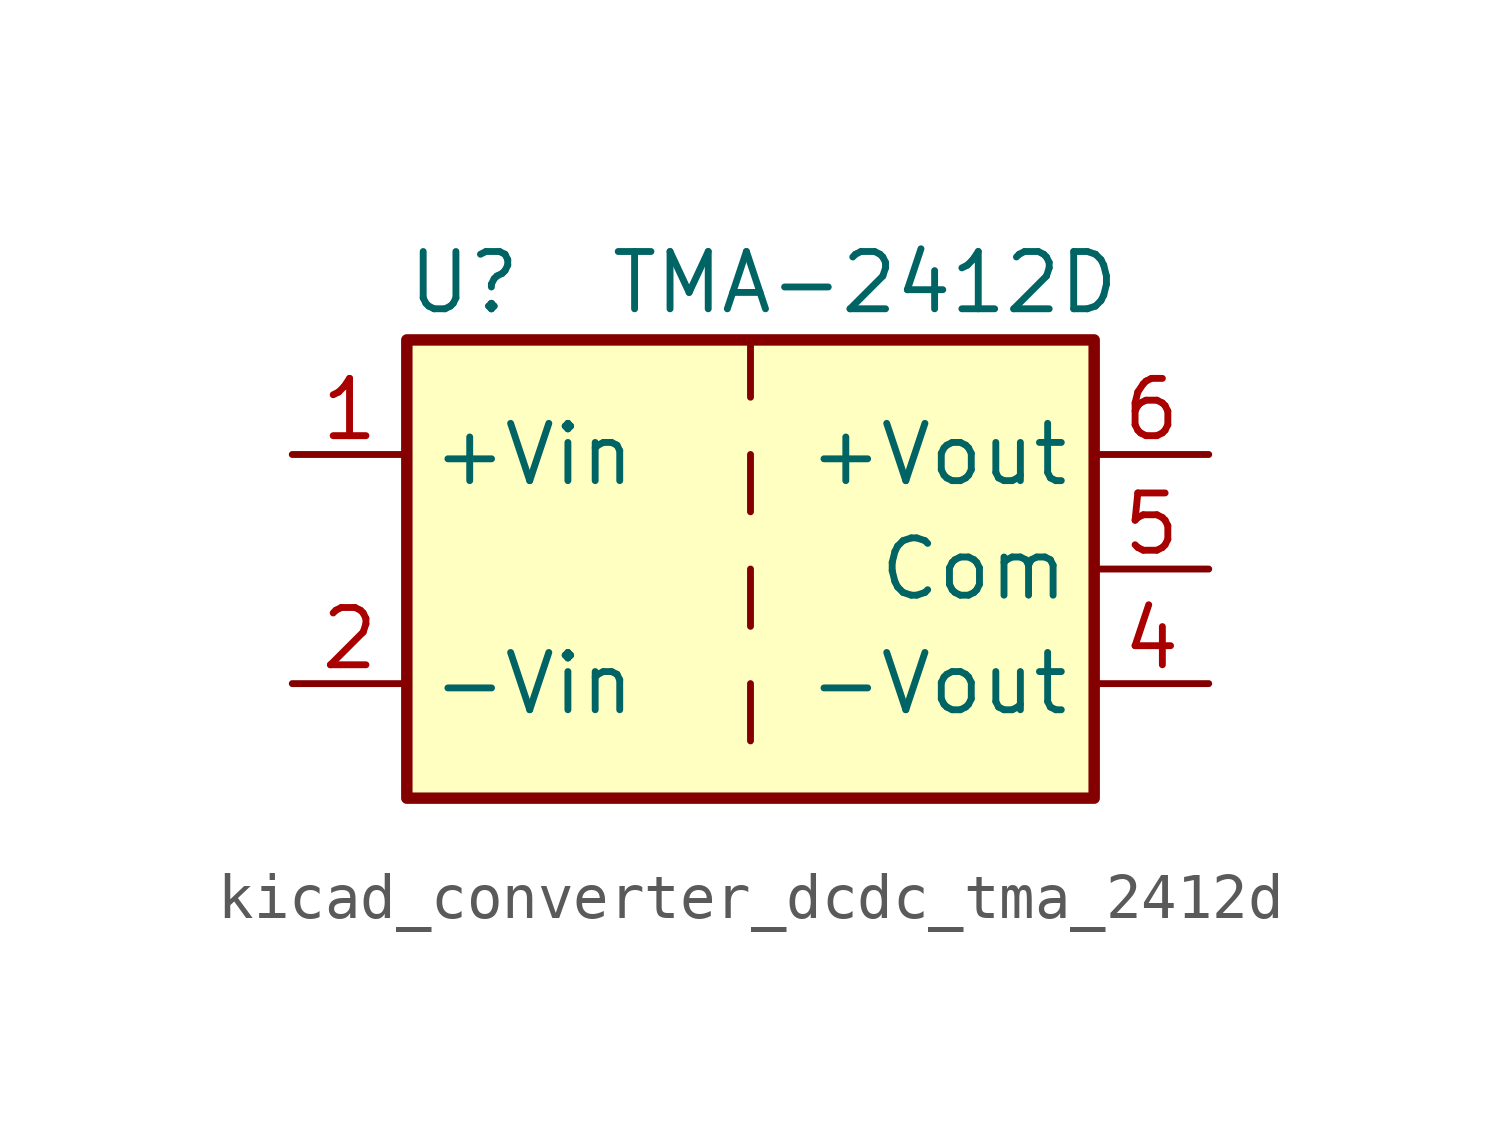
<source format=kicad_sym>
(kicad_symbol_lib
  (version 20220914)
  (generator kicad_symbol_editor)
  (symbol "kicad_converter_dcdc_tma_2412d"
    (property "Reference" "U"
      (at -6.35 6.35 0)
      (effects (font (size 1.27 1.27))))
    (property "Value" "TMA-2412D"
      (at 2.54 6.35 0)
      (effects (font (size 1.27 1.27))))
    (symbol "kicad_converter_dcdc_tma_2412d_0_1"
      (rectangle (start -7.62 5.08) (end 7.62 -5.08) (stroke (width 0.254) (type default)) (fill (type background)))
      (polyline (pts (xy 0 -2.54) (xy 0 -3.81)) (stroke (width 0) (type default)) (fill (type none)))
      (polyline (pts (xy 0 0) (xy 0 -1.27)) (stroke (width 0) (type default)) (fill (type none)))
      (polyline (pts (xy 0 2.54) (xy 0 1.27)) (stroke (width 0) (type default)) (fill (type none)))
      (polyline (pts (xy 0 5.08) (xy 0 3.81)) (stroke (width 0) (type default)) (fill (type none))))
    (symbol "kicad_converter_dcdc_tma_2412d_1_1"
      (pin power_in line (at -10.16 2.54 0) (length 2.54) (name "+Vin" (effects (font (size 1.27 1.27)))) (number "1" (effects (font (size 1.27 1.27)))))
      (pin power_in line (at -10.16 -2.54 0) (length 2.54) (name "-Vin" (effects (font (size 1.27 1.27)))) (number "2" (effects (font (size 1.27 1.27)))))
      (pin power_out line (at 10.16 -2.54 180) (length 2.54) (name "-Vout" (effects (font (size 1.27 1.27)))) (number "4" (effects (font (size 1.27 1.27)))))
      (pin power_out line (at 10.16 0 180) (length 2.54) (name "Com" (effects (font (size 1.27 1.27)))) (number "5" (effects (font (size 1.27 1.27)))))
      (pin power_out line (at 10.16 2.54 180) (length 2.54) (name "+Vout" (effects (font (size 1.27 1.27)))) (number "6" (effects (font (size 1.27 1.27))))))))
</source>
